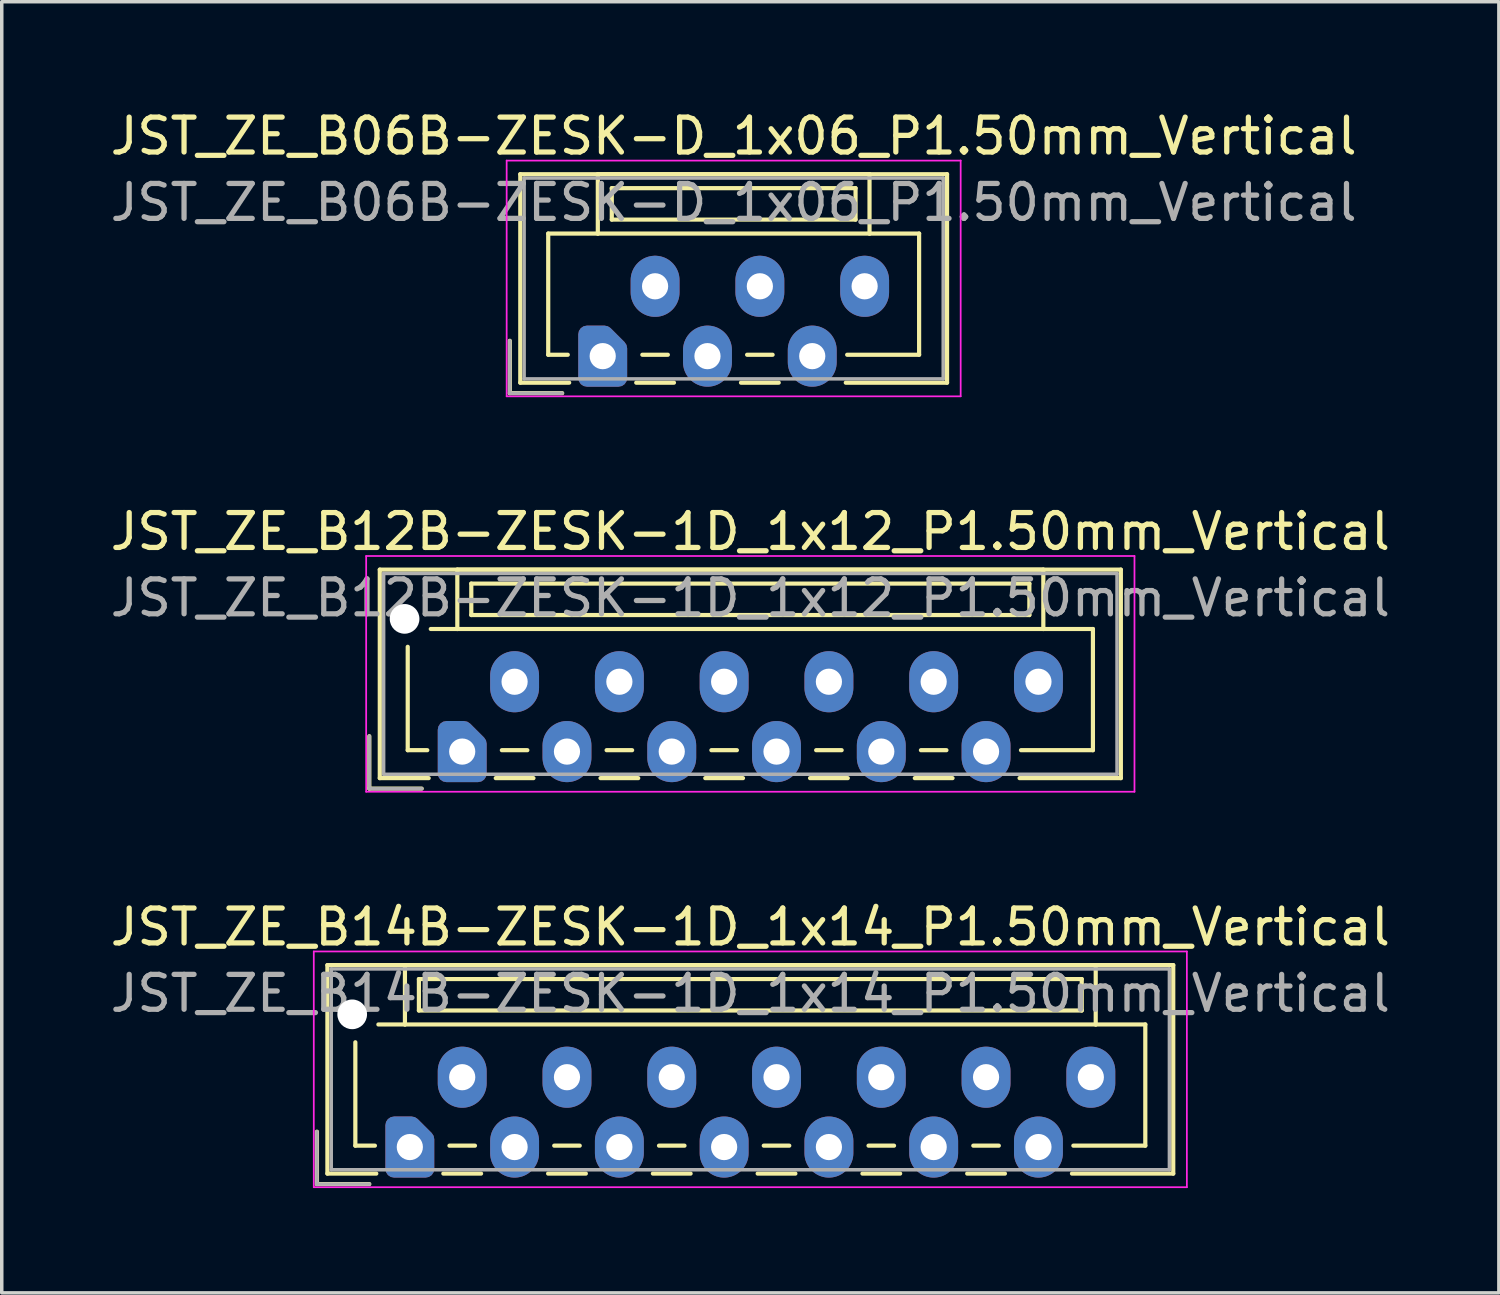
<source format=kicad_pcb>
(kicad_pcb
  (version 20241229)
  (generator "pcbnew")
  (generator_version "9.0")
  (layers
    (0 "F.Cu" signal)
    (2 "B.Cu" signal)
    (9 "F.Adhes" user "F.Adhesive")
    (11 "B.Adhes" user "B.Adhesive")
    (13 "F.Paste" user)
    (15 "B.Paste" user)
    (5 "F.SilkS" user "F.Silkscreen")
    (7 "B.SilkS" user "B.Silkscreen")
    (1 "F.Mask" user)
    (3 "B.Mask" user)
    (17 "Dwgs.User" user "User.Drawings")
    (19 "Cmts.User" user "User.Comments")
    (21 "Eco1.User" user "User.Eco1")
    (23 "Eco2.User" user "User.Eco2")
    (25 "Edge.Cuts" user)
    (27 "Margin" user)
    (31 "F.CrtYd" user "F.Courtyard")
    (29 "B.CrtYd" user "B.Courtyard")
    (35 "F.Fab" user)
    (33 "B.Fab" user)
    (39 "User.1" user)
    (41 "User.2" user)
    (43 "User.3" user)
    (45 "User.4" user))
  (footprint "JST_ZE_B14B-ZESK-1D_1x14_P1.50mm_Vertical"
    (layer "F.Cu")
    (at 8.685 29.795)
    (property "Reference" "JST_ZE_B14B-ZESK-1D_1x14_P1.50mm_Vertical" (at 9.75 -6.3 0) (layer "F.SilkS") (effects (font (size 1 1) (thickness 0.15))))
    (attr through_hole)
    (fp_line (start -2.66 -0.44) (end -2.66 1.06) (stroke (width 0.12) (type solid)) (layer "F.SilkS"))
    (fp_line (start -2.66 1.06) (end -1.16 1.06) (stroke (width 0.12) (type solid)) (layer "F.SilkS"))
    (fp_line (start -2.36 -5.21) (end 21.86 -5.21) (stroke (width 0.12) (type solid)) (layer "F.SilkS"))
    (fp_line (start -2.36 0.76) (end -2.36 -5.21) (stroke (width 0.12) (type solid)) (layer "F.SilkS"))
    (fp_line (start -1.56 -3) (end -1.56 -0.04) (stroke (width 0.12) (type solid)) (layer "F.SilkS"))
    (fp_line (start -1.56 -0.04) (end -1 -0.04) (stroke (width 0.12) (type solid)) (layer "F.SilkS"))
    (fp_line (start -0.96 0.76) (end -2.36 0.76) (stroke (width 0.12) (type solid)) (layer "F.SilkS"))
    (fp_line (start -0.14 -5.21) (end -0.14 -3.51) (stroke (width 0.12) (type solid)) (layer "F.SilkS"))
    (fp_line (start -0.14 -3.51) (end -0.9 -3.51) (stroke (width 0.12) (type solid)) (layer "F.SilkS"))
    (fp_line (start -0.14 -3.51) (end 19.64 -3.51) (stroke (width 0.12) (type solid)) (layer "F.SilkS"))
    (fp_line (start 0.26 -4.81) (end 0.26 -3.91) (stroke (width 0.12) (type solid)) (layer "F.SilkS"))
    (fp_line (start 0.26 -3.91) (end 19.24 -3.91) (stroke (width 0.12) (type solid)) (layer "F.SilkS"))
    (fp_line (start 0.96 0.76) (end 2.04 0.76) (stroke (width 0.12) (type solid)) (layer "F.SilkS"))
    (fp_line (start 1.135 -0.04) (end 1.865 -0.04) (stroke (width 0.12) (type solid)) (layer "F.SilkS"))
    (fp_line (start 3.96 0.76) (end 5.04 0.76) (stroke (width 0.12) (type solid)) (layer "F.SilkS"))
    (fp_line (start 4.135 -0.04) (end 4.865 -0.04) (stroke (width 0.12) (type solid)) (layer "F.SilkS"))
    (fp_line (start 6.96 0.76) (end 8.04 0.76) (stroke (width 0.12) (type solid)) (layer "F.SilkS"))
    (fp_line (start 7.135 -0.04) (end 7.865 -0.04) (stroke (width 0.12) (type solid)) (layer "F.SilkS"))
    (fp_line (start 9.96 0.76) (end 11.04 0.76) (stroke (width 0.12) (type solid)) (layer "F.SilkS"))
    (fp_line (start 10.135 -0.04) (end 10.865 -0.04) (stroke (width 0.12) (type solid)) (layer "F.SilkS"))
    (fp_line (start 12.96 0.76) (end 14.04 0.76) (stroke (width 0.12) (type solid)) (layer "F.SilkS"))
    (fp_line (start 13.135 -0.04) (end 13.865 -0.04) (stroke (width 0.12) (type solid)) (layer "F.SilkS"))
    (fp_line (start 15.96 0.76) (end 17.04 0.76) (stroke (width 0.12) (type solid)) (layer "F.SilkS"))
    (fp_line (start 16.135 -0.04) (end 16.865 -0.04) (stroke (width 0.12) (type solid)) (layer "F.SilkS"))
    (fp_line (start 19.24 -4.81) (end 0.26 -4.81) (stroke (width 0.12) (type solid)) (layer "F.SilkS"))
    (fp_line (start 19.24 -3.91) (end 19.24 -4.81) (stroke (width 0.12) (type solid)) (layer "F.SilkS"))
    (fp_line (start 19.64 -5.21) (end -0.14 -5.21) (stroke (width 0.12) (type solid)) (layer "F.SilkS"))
    (fp_line (start 19.64 -3.51) (end 19.64 -5.21) (stroke (width 0.12) (type solid)) (layer "F.SilkS"))
    (fp_line (start 19.64 -3.51) (end 21.06 -3.51) (stroke (width 0.12) (type solid)) (layer "F.SilkS"))
    (fp_line (start 21.06 -3.51) (end 21.06 -0.04) (stroke (width 0.12) (type solid)) (layer "F.SilkS"))
    (fp_line (start 21.06 -0.04) (end 19 -0.04) (stroke (width 0.12) (type solid)) (layer "F.SilkS"))
    (fp_line (start 21.86 -5.21) (end 21.86 0.76) (stroke (width 0.12) (type solid)) (layer "F.SilkS"))
    (fp_line (start 21.86 0.76) (end 18.96 0.76) (stroke (width 0.12) (type solid)) (layer "F.SilkS"))
    (fp_line (start -2.75 -5.6) (end -2.75 1.15) (stroke (width 0.05) (type solid)) (layer "F.CrtYd"))
    (fp_line (start -2.75 1.15) (end 22.25 1.15) (stroke (width 0.05) (type solid)) (layer "F.CrtYd"))
    (fp_line (start 22.25 -5.6) (end -2.75 -5.6) (stroke (width 0.05) (type solid)) (layer "F.CrtYd"))
    (fp_line (start 22.25 1.15) (end 22.25 -5.6) (stroke (width 0.05) (type solid)) (layer "F.CrtYd"))
    (fp_line (start -2.66 -0.44) (end -2.66 1.06) (stroke (width 0.1) (type solid)) (layer "F.Fab"))
    (fp_line (start -2.66 1.06) (end -1.16 1.06) (stroke (width 0.1) (type solid)) (layer "F.Fab"))
    (fp_line (start -2.25 -5.1) (end -2.25 0.65) (stroke (width 0.1) (type solid)) (layer "F.Fab"))
    (fp_line (start -2.25 0.65) (end 21.75 0.65) (stroke (width 0.1) (type solid)) (layer "F.Fab"))
    (fp_line (start 21.75 -5.1) (end -2.25 -5.1) (stroke (width 0.1) (type solid)) (layer "F.Fab"))
    (fp_line (start 21.75 0.65) (end 21.75 -5.1) (stroke (width 0.1) (type solid)) (layer "F.Fab"))
    (fp_text user "${REFERENCE}" (at 9.75 -4.4 0) (layer "F.Fab") (effects (font (size 1 1) (thickness 0.15))))
    (pad "" np_thru_hole circle (at -1.65 -3.8) (size 0.85 0.85) (drill 0.85) (layers "*.Cu" "*.Mask"))
    (pad "1" thru_hole custom (at 0 0) (size 1.117 1.117) (drill 0.75) (layers "*.Cu" "*.Mask") (options (anchor circle)) (primitives (gr_poly (pts (xy -0.45 -0.625) (xy 0.05 -0.625) (xy 0.45 -0.225) (xy 0.45 0.625) (xy -0.45 0.625)) (width 0.5) (fill yes))))
    (pad "2" thru_hole oval (at 1.5 -2) (size 1.4 1.75) (drill 0.75) (layers "*.Cu" "*.Mask"))
    (pad "3" thru_hole oval (at 3 0) (size 1.4 1.75) (drill 0.75) (layers "*.Cu" "*.Mask"))
    (pad "4" thru_hole oval (at 4.5 -2) (size 1.4 1.75) (drill 0.75) (layers "*.Cu" "*.Mask"))
    (pad "5" thru_hole oval (at 6 0) (size 1.4 1.75) (drill 0.75) (layers "*.Cu" "*.Mask"))
    (pad "6" thru_hole oval (at 7.5 -2) (size 1.4 1.75) (drill 0.75) (layers "*.Cu" "*.Mask"))
    (pad "7" thru_hole oval (at 9 0) (size 1.4 1.75) (drill 0.75) (layers "*.Cu" "*.Mask"))
    (pad "8" thru_hole oval (at 10.5 -2) (size 1.4 1.75) (drill 0.75) (layers "*.Cu" "*.Mask"))
    (pad "9" thru_hole oval (at 12 0) (size 1.4 1.75) (drill 0.75) (layers "*.Cu" "*.Mask"))
    (pad "10" thru_hole oval (at 13.5 -2) (size 1.4 1.75) (drill 0.75) (layers "*.Cu" "*.Mask"))
    (pad "11" thru_hole oval (at 15 0) (size 1.4 1.75) (drill 0.75) (layers "*.Cu" "*.Mask"))
    (pad "12" thru_hole oval (at 16.5 -2) (size 1.4 1.75) (drill 0.75) (layers "*.Cu" "*.Mask"))
    (pad "13" thru_hole oval (at 18 0) (size 1.4 1.75) (drill 0.75) (layers "*.Cu" "*.Mask"))
    (pad "14" thru_hole oval (at 19.5 -2) (size 1.4 1.75) (drill 0.75) (layers "*.Cu" "*.Mask")))
  (footprint "JST_ZE_B06B-ZESK-D_1x06_P1.50mm_Vertical"
    (layer "F.Cu")
    (at 14.208 7.148)
    (property "Reference" "JST_ZE_B06B-ZESK-D_1x06_P1.50mm_Vertical" (at 3.75 -6.3 0) (layer "F.SilkS") (effects (font (size 1 1) (thickness 0.15))))
    (attr through_hole)
    (fp_line (start -2.66 -0.44) (end -2.66 1.06) (stroke (width 0.12) (type solid)) (layer "F.SilkS"))
    (fp_line (start -2.66 1.06) (end -1.16 1.06) (stroke (width 0.12) (type solid)) (layer "F.SilkS"))
    (fp_line (start -2.36 -5.21) (end 9.86 -5.21) (stroke (width 0.12) (type solid)) (layer "F.SilkS"))
    (fp_line (start -2.36 0.76) (end -2.36 -5.21) (stroke (width 0.12) (type solid)) (layer "F.SilkS"))
    (fp_line (start -1.56 -3.51) (end -1.56 -0.04) (stroke (width 0.12) (type solid)) (layer "F.SilkS"))
    (fp_line (start -1.56 -0.04) (end -1 -0.04) (stroke (width 0.12) (type solid)) (layer "F.SilkS"))
    (fp_line (start -0.96 0.76) (end -2.36 0.76) (stroke (width 0.12) (type solid)) (layer "F.SilkS"))
    (fp_line (start -0.14 -5.21) (end -0.14 -3.51) (stroke (width 0.12) (type solid)) (layer "F.SilkS"))
    (fp_line (start -0.14 -3.51) (end -1.56 -3.51) (stroke (width 0.12) (type solid)) (layer "F.SilkS"))
    (fp_line (start -0.14 -3.51) (end 7.64 -3.51) (stroke (width 0.12) (type solid)) (layer "F.SilkS"))
    (fp_line (start 0.26 -4.81) (end 0.26 -3.91) (stroke (width 0.12) (type solid)) (layer "F.SilkS"))
    (fp_line (start 0.26 -3.91) (end 7.24 -3.91) (stroke (width 0.12) (type solid)) (layer "F.SilkS"))
    (fp_line (start 0.96 0.76) (end 2.04 0.76) (stroke (width 0.12) (type solid)) (layer "F.SilkS"))
    (fp_line (start 1.135 -0.04) (end 1.865 -0.04) (stroke (width 0.12) (type solid)) (layer "F.SilkS"))
    (fp_line (start 3.96 0.76) (end 5.04 0.76) (stroke (width 0.12) (type solid)) (layer "F.SilkS"))
    (fp_line (start 4.135 -0.04) (end 4.865 -0.04) (stroke (width 0.12) (type solid)) (layer "F.SilkS"))
    (fp_line (start 7.24 -4.81) (end 0.26 -4.81) (stroke (width 0.12) (type solid)) (layer "F.SilkS"))
    (fp_line (start 7.24 -3.91) (end 7.24 -4.81) (stroke (width 0.12) (type solid)) (layer "F.SilkS"))
    (fp_line (start 7.64 -5.21) (end -0.14 -5.21) (stroke (width 0.12) (type solid)) (layer "F.SilkS"))
    (fp_line (start 7.64 -3.51) (end 7.64 -5.21) (stroke (width 0.12) (type solid)) (layer "F.SilkS"))
    (fp_line (start 7.64 -3.51) (end 9.06 -3.51) (stroke (width 0.12) (type solid)) (layer "F.SilkS"))
    (fp_line (start 9.06 -3.51) (end 9.06 -0.04) (stroke (width 0.12) (type solid)) (layer "F.SilkS"))
    (fp_line (start 9.06 -0.04) (end 7 -0.04) (stroke (width 0.12) (type solid)) (layer "F.SilkS"))
    (fp_line (start 9.86 -5.21) (end 9.86 0.76) (stroke (width 0.12) (type solid)) (layer "F.SilkS"))
    (fp_line (start 9.86 0.76) (end 6.96 0.76) (stroke (width 0.12) (type solid)) (layer "F.SilkS"))
    (fp_line (start -2.75 -5.6) (end -2.75 1.15) (stroke (width 0.05) (type solid)) (layer "F.CrtYd"))
    (fp_line (start -2.75 1.15) (end 10.25 1.15) (stroke (width 0.05) (type solid)) (layer "F.CrtYd"))
    (fp_line (start 10.25 -5.6) (end -2.75 -5.6) (stroke (width 0.05) (type solid)) (layer "F.CrtYd"))
    (fp_line (start 10.25 1.15) (end 10.25 -5.6) (stroke (width 0.05) (type solid)) (layer "F.CrtYd"))
    (fp_line (start -2.66 -0.44) (end -2.66 1.06) (stroke (width 0.1) (type solid)) (layer "F.Fab"))
    (fp_line (start -2.66 1.06) (end -1.16 1.06) (stroke (width 0.1) (type solid)) (layer "F.Fab"))
    (fp_line (start -2.25 -5.1) (end -2.25 0.65) (stroke (width 0.1) (type solid)) (layer "F.Fab"))
    (fp_line (start -2.25 0.65) (end 9.75 0.65) (stroke (width 0.1) (type solid)) (layer "F.Fab"))
    (fp_line (start 9.75 -5.1) (end -2.25 -5.1) (stroke (width 0.1) (type solid)) (layer "F.Fab"))
    (fp_line (start 9.75 0.65) (end 9.75 -5.1) (stroke (width 0.1) (type solid)) (layer "F.Fab"))
    (fp_text user "${REFERENCE}" (at 3.75 -4.4 0) (layer "F.Fab") (effects (font (size 1 1) (thickness 0.15))))
    (pad "1" thru_hole custom (at 0 0) (size 1.117 1.117) (drill 0.75) (layers "*.Cu" "*.Mask") (options (anchor circle)) (primitives (gr_poly (pts (xy -0.45 -0.625) (xy 0.05 -0.625) (xy 0.45 -0.225) (xy 0.45 0.625) (xy -0.45 0.625)) (width 0.5) (fill yes))))
    (pad "2" thru_hole oval (at 1.5 -2) (size 1.4 1.75) (drill 0.75) (layers "*.Cu" "*.Mask"))
    (pad "3" thru_hole oval (at 3 0) (size 1.4 1.75) (drill 0.75) (layers "*.Cu" "*.Mask"))
    (pad "4" thru_hole oval (at 4.5 -2) (size 1.4 1.75) (drill 0.75) (layers "*.Cu" "*.Mask"))
    (pad "5" thru_hole oval (at 6 0) (size 1.4 1.75) (drill 0.75) (layers "*.Cu" "*.Mask"))
    (pad "6" thru_hole oval (at 7.5 -2) (size 1.4 1.75) (drill 0.75) (layers "*.Cu" "*.Mask")))
  (footprint "JST_ZE_B12B-ZESK-1D_1x12_P1.50mm_Vertical"
    (layer "F.Cu")
    (at 10.185 18.471)
    (property "Reference" "JST_ZE_B12B-ZESK-1D_1x12_P1.50mm_Vertical" (at 8.25 -6.3 0) (layer "F.SilkS") (effects (font (size 1 1) (thickness 0.15))))
    (attr through_hole)
    (fp_line (start -2.66 -0.44) (end -2.66 1.06) (stroke (width 0.12) (type solid)) (layer "F.SilkS"))
    (fp_line (start -2.66 1.06) (end -1.16 1.06) (stroke (width 0.12) (type solid)) (layer "F.SilkS"))
    (fp_line (start -2.36 -5.21) (end 18.86 -5.21) (stroke (width 0.12) (type solid)) (layer "F.SilkS"))
    (fp_line (start -2.36 0.76) (end -2.36 -5.21) (stroke (width 0.12) (type solid)) (layer "F.SilkS"))
    (fp_line (start -1.56 -3) (end -1.56 -0.04) (stroke (width 0.12) (type solid)) (layer "F.SilkS"))
    (fp_line (start -1.56 -0.04) (end -1 -0.04) (stroke (width 0.12) (type solid)) (layer "F.SilkS"))
    (fp_line (start -0.96 0.76) (end -2.36 0.76) (stroke (width 0.12) (type solid)) (layer "F.SilkS"))
    (fp_line (start -0.14 -5.21) (end -0.14 -3.51) (stroke (width 0.12) (type solid)) (layer "F.SilkS"))
    (fp_line (start -0.14 -3.51) (end -0.9 -3.51) (stroke (width 0.12) (type solid)) (layer "F.SilkS"))
    (fp_line (start -0.14 -3.51) (end 16.64 -3.51) (stroke (width 0.12) (type solid)) (layer "F.SilkS"))
    (fp_line (start 0.26 -4.81) (end 0.26 -3.91) (stroke (width 0.12) (type solid)) (layer "F.SilkS"))
    (fp_line (start 0.26 -3.91) (end 16.24 -3.91) (stroke (width 0.12) (type solid)) (layer "F.SilkS"))
    (fp_line (start 0.96 0.76) (end 2.04 0.76) (stroke (width 0.12) (type solid)) (layer "F.SilkS"))
    (fp_line (start 1.135 -0.04) (end 1.865 -0.04) (stroke (width 0.12) (type solid)) (layer "F.SilkS"))
    (fp_line (start 3.96 0.76) (end 5.04 0.76) (stroke (width 0.12) (type solid)) (layer "F.SilkS"))
    (fp_line (start 4.135 -0.04) (end 4.865 -0.04) (stroke (width 0.12) (type solid)) (layer "F.SilkS"))
    (fp_line (start 6.96 0.76) (end 8.04 0.76) (stroke (width 0.12) (type solid)) (layer "F.SilkS"))
    (fp_line (start 7.135 -0.04) (end 7.865 -0.04) (stroke (width 0.12) (type solid)) (layer "F.SilkS"))
    (fp_line (start 9.96 0.76) (end 11.04 0.76) (stroke (width 0.12) (type solid)) (layer "F.SilkS"))
    (fp_line (start 10.135 -0.04) (end 10.865 -0.04) (stroke (width 0.12) (type solid)) (layer "F.SilkS"))
    (fp_line (start 12.96 0.76) (end 14.04 0.76) (stroke (width 0.12) (type solid)) (layer "F.SilkS"))
    (fp_line (start 13.135 -0.04) (end 13.865 -0.04) (stroke (width 0.12) (type solid)) (layer "F.SilkS"))
    (fp_line (start 16.24 -4.81) (end 0.26 -4.81) (stroke (width 0.12) (type solid)) (layer "F.SilkS"))
    (fp_line (start 16.24 -3.91) (end 16.24 -4.81) (stroke (width 0.12) (type solid)) (layer "F.SilkS"))
    (fp_line (start 16.64 -5.21) (end -0.14 -5.21) (stroke (width 0.12) (type solid)) (layer "F.SilkS"))
    (fp_line (start 16.64 -3.51) (end 16.64 -5.21) (stroke (width 0.12) (type solid)) (layer "F.SilkS"))
    (fp_line (start 16.64 -3.51) (end 18.06 -3.51) (stroke (width 0.12) (type solid)) (layer "F.SilkS"))
    (fp_line (start 18.06 -3.51) (end 18.06 -0.04) (stroke (width 0.12) (type solid)) (layer "F.SilkS"))
    (fp_line (start 18.06 -0.04) (end 16 -0.04) (stroke (width 0.12) (type solid)) (layer "F.SilkS"))
    (fp_line (start 18.86 -5.21) (end 18.86 0.76) (stroke (width 0.12) (type solid)) (layer "F.SilkS"))
    (fp_line (start 18.86 0.76) (end 15.96 0.76) (stroke (width 0.12) (type solid)) (layer "F.SilkS"))
    (fp_line (start -2.75 -5.6) (end -2.75 1.15) (stroke (width 0.05) (type solid)) (layer "F.CrtYd"))
    (fp_line (start -2.75 1.15) (end 19.25 1.15) (stroke (width 0.05) (type solid)) (layer "F.CrtYd"))
    (fp_line (start 19.25 -5.6) (end -2.75 -5.6) (stroke (width 0.05) (type solid)) (layer "F.CrtYd"))
    (fp_line (start 19.25 1.15) (end 19.25 -5.6) (stroke (width 0.05) (type solid)) (layer "F.CrtYd"))
    (fp_line (start -2.66 -0.44) (end -2.66 1.06) (stroke (width 0.1) (type solid)) (layer "F.Fab"))
    (fp_line (start -2.66 1.06) (end -1.16 1.06) (stroke (width 0.1) (type solid)) (layer "F.Fab"))
    (fp_line (start -2.25 -5.1) (end -2.25 0.65) (stroke (width 0.1) (type solid)) (layer "F.Fab"))
    (fp_line (start -2.25 0.65) (end 18.75 0.65) (stroke (width 0.1) (type solid)) (layer "F.Fab"))
    (fp_line (start 18.75 -5.1) (end -2.25 -5.1) (stroke (width 0.1) (type solid)) (layer "F.Fab"))
    (fp_line (start 18.75 0.65) (end 18.75 -5.1) (stroke (width 0.1) (type solid)) (layer "F.Fab"))
    (fp_text user "${REFERENCE}" (at 8.25 -4.4 0) (layer "F.Fab") (effects (font (size 1 1) (thickness 0.15))))
    (pad "" np_thru_hole circle (at -1.65 -3.8) (size 0.85 0.85) (drill 0.85) (layers "*.Cu" "*.Mask"))
    (pad "1" thru_hole custom (at 0 0) (size 1.117 1.117) (drill 0.75) (layers "*.Cu" "*.Mask") (options (anchor circle)) (primitives (gr_poly (pts (xy -0.45 -0.625) (xy 0.05 -0.625) (xy 0.45 -0.225) (xy 0.45 0.625) (xy -0.45 0.625)) (width 0.5) (fill yes))))
    (pad "2" thru_hole oval (at 1.5 -2) (size 1.4 1.75) (drill 0.75) (layers "*.Cu" "*.Mask"))
    (pad "3" thru_hole oval (at 3 0) (size 1.4 1.75) (drill 0.75) (layers "*.Cu" "*.Mask"))
    (pad "4" thru_hole oval (at 4.5 -2) (size 1.4 1.75) (drill 0.75) (layers "*.Cu" "*.Mask"))
    (pad "5" thru_hole oval (at 6 0) (size 1.4 1.75) (drill 0.75) (layers "*.Cu" "*.Mask"))
    (pad "6" thru_hole oval (at 7.5 -2) (size 1.4 1.75) (drill 0.75) (layers "*.Cu" "*.Mask"))
    (pad "7" thru_hole oval (at 9 0) (size 1.4 1.75) (drill 0.75) (layers "*.Cu" "*.Mask"))
    (pad "8" thru_hole oval (at 10.5 -2) (size 1.4 1.75) (drill 0.75) (layers "*.Cu" "*.Mask"))
    (pad "9" thru_hole oval (at 12 0) (size 1.4 1.75) (drill 0.75) (layers "*.Cu" "*.Mask"))
    (pad "10" thru_hole oval (at 13.5 -2) (size 1.4 1.75) (drill 0.75) (layers "*.Cu" "*.Mask"))
    (pad "11" thru_hole oval (at 15 0) (size 1.4 1.75) (drill 0.75) (layers "*.Cu" "*.Mask"))
    (pad "12" thru_hole oval (at 16.5 -2) (size 1.4 1.75) (drill 0.75) (layers "*.Cu" "*.Mask")))
  (gr_rect
    (start -3 -3)
    (end 39.869 33.97)
    (stroke (width 0.1) (type default))
    (fill no)
    (layer "Edge.Cuts")))
</source>
